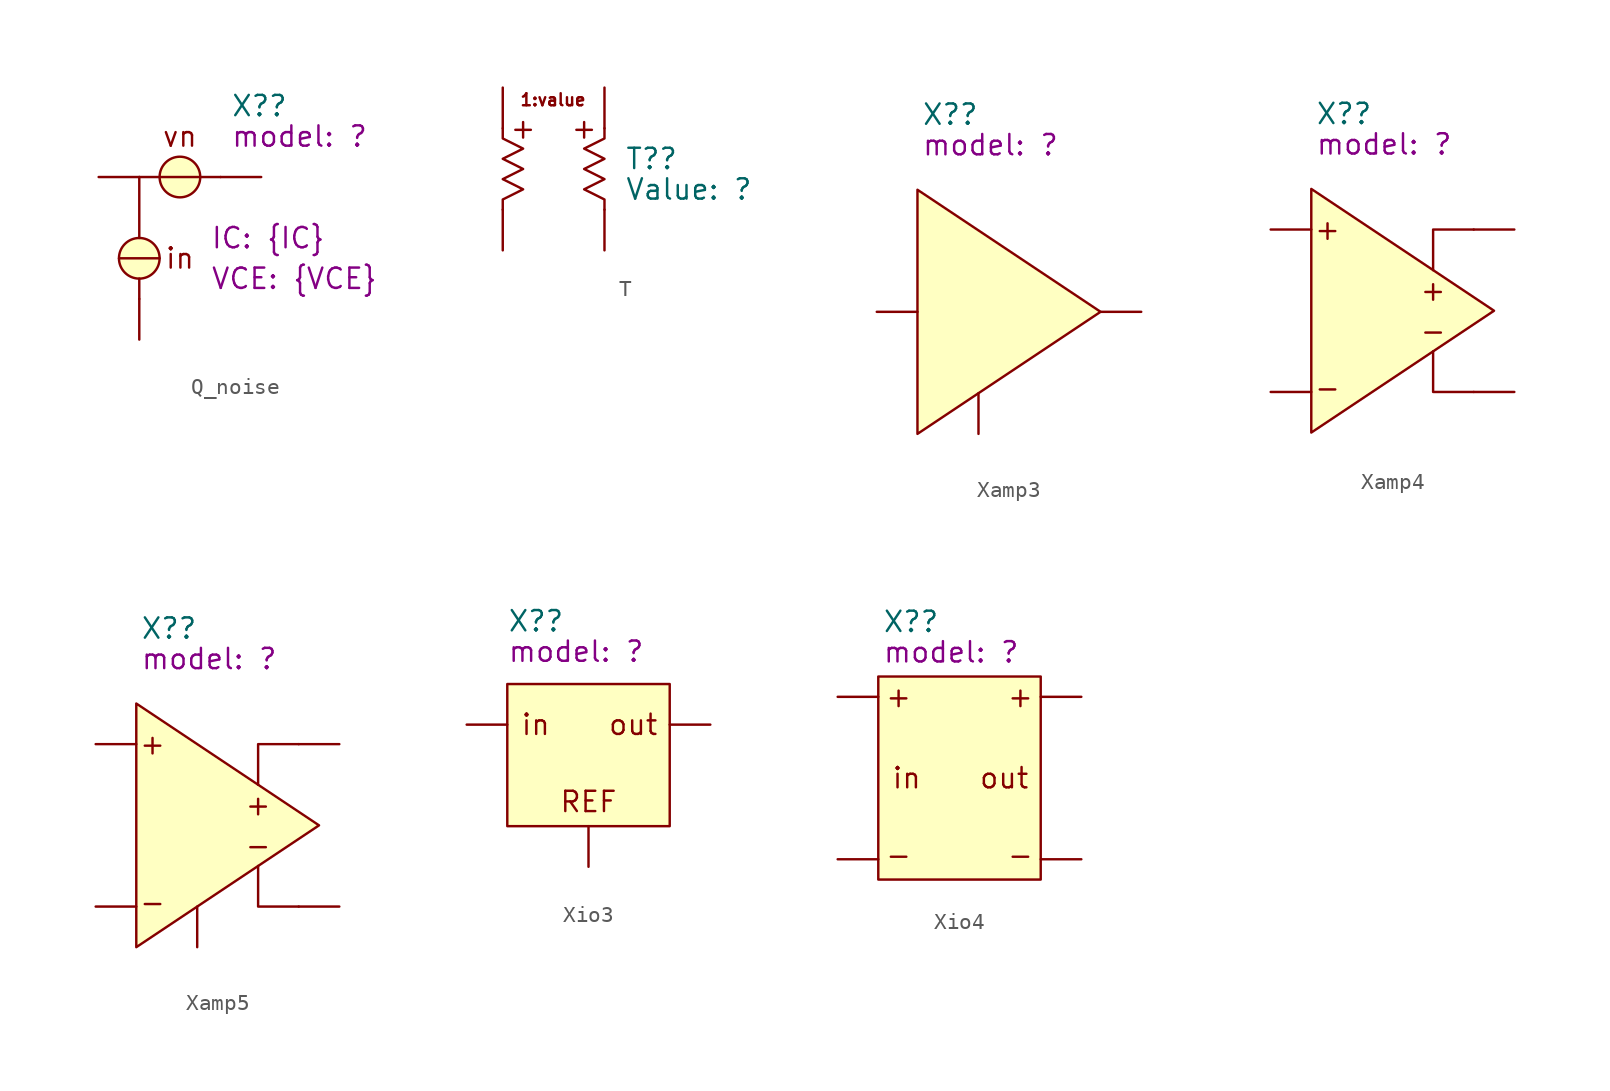
<source format=kicad_sym>
(kicad_symbol_lib
  (version 20241209)
  (generator "kicad_symbol_editor")
  (generator_version "9.0")
  (symbol "Q_noise"
    (pin_numbers
      (hide yes))
    (pin_names
      (offset 0)
      (hide yes))
    (property "Reference" "X?"
      (at 5.715 9.525 0)
      (effects (font (size 1.27 1.27)) (justify left)))
    (property "IC" "{IC}"
      (at 4.445 1.27 0)
      (show_name)
      (effects (font (size 1.27 1.27)) (justify left)))
    (property "VCE" "{VCE}"
      (at 4.445 -1.27 0)
      (show_name)
      (effects (font (size 1.27 1.27)) (justify left)))
    (property "model" "?"
      (at 5.715 7.62 0)
      (show_name)
      (effects (font (size 1.27 1.27)) (justify left)))
    (symbol "Q_noise_0_0"
      (polyline (pts (xy 0 5.08) (xy 0 1.27)) (stroke (width 0) (type default)) (fill (type none)))
      (polyline (pts (xy 0 5.08) (xy 5.08 5.08)) (stroke (width 0) (type default)) (fill (type none)))
      (polyline (pts (xy 0 -1.27) (xy 0 -2.54)) (stroke (width 0) (type default)) (fill (type none))))
    (symbol "Q_noise_0_1"
      (polyline (pts (xy -1.27 0) (xy 1.27 0)) (stroke (width 0) (type default)) (fill (type none))))
    (symbol "Q_noise_1_0"
      (pin bidirectional line (at 7.62 5.08 180) (length 2.54) (name "int" (effects (font (size 1.27 1.27)))) (number "3" (effects (font (size 1.27 1.27))))))
    (symbol "Q_noise_1_1"
      (circle (center 0 0) (radius 1.27) (stroke (width 0) (type default)) (fill (type background)))
      (circle (center 2.54 5.08) (radius 1.27) (stroke (width 0) (type default)) (fill (type background)))
      (text "vn" (at 2.54 7.62 0) (effects (font (size 1.27 1.27))))
      (text "in" (at 2.54 0 0) (effects (font (size 1.27 1.27))))
      (pin bidirectional line (at -2.54 5.08 0) (length 2.54) (name "ext" (effects (font (size 1.27 1.27)))) (number "1" (effects (font (size 1.27 1.27)))))
      (pin bidirectional line (at 0 -5.08 90) (length 2.54) (name "comm" (effects (font (size 1.27 1.27)))) (number "2" (effects (font (size 1.27 1.27)))))))
  (symbol "T"
    (pin_numbers
      (hide yes))
    (pin_names
      (offset 0)
      (hide yes))
    (property "Reference" "T?"
      (at 1.27 0.635 0)
      (effects (font (size 1.27 1.27)) (justify left)))
    (property "Value" "?"
      (at 1.27 -1.27 0)
      (show_name)
      (effects (font (size 1.27 1.27)) (justify left)))
    (symbol "T_0_0"
      (polyline (pts (xy -6.35 2.54) (xy -6.35 1.905) (xy -5.08 1.27) (xy -6.35 0.635) (xy -5.08 0) (xy -6.35 -0.635) (xy -5.08 -1.27) (xy -6.35 -1.905) (xy -6.35 -2.54)) (stroke (width 0) (type default)) (fill (type none)))
      (polyline (pts (xy 0 2.54) (xy 0 1.905) (xy -1.27 1.27) (xy 0 0.635) (xy -1.27 0) (xy 0 -0.635) (xy -1.27 -1.27) (xy 0 -1.905) (xy 0 -2.54)) (stroke (width 0) (type default)) (fill (type none))))
    (symbol "T_1_0"
      (text "1:value" (at -5.334 4.318 0) (effects (font (size 0.75 0.75)) (justify left)))
      (text "+" (at -5.08 2.54 0) (effects (font (size 1.27 1.27))))
      (text "+" (at -1.27 2.54 0) (effects (font (size 1.27 1.27))))
      (pin bidirectional line (at 0 5.08 270) (length 2.54) (name "outP" (effects (font (size 1.27 1.27)))) (number "1" (effects (font (size 1.27 1.27)))))
      (pin bidirectional line (at 0 -5.08 90) (length 2.54) (name "outN" (effects (font (size 1.27 1.27)))) (number "2" (effects (font (size 1.27 1.27))))))
    (symbol "T_1_1"
      (pin bidirectional line (at -6.35 5.08 270) (length 2.54) (name "inp" (effects (font (size 1.27 1.27)))) (number "3" (effects (font (size 1.27 1.27)))))
      (pin bidirectional line (at -6.35 -5.08 90) (length 2.54) (name "inN" (effects (font (size 1.27 1.27)))) (number "4" (effects (font (size 1.27 1.27)))))))
  (symbol "Xamp3"
    (pin_numbers
      (hide yes))
    (pin_names
      (offset 0)
      (hide yes))
    (property "Reference" "X?"
      (at -4.826 12.319 0)
      (effects (font (size 1.27 1.27)) (justify left)))
    (property "model" "?"
      (at -4.826 10.414 0)
      (show_name)
      (effects (font (size 1.27 1.27)) (justify left)))
    (symbol "Xamp3_1_0"
      (pin power_out line (at -1.27 -7.62 90) (length 2.54) (name "REF" (effects (font (size 1.27 1.27)))) (number "3" (effects (font (size 1.27 1.27)))))
      (pin power_out line (at 8.89 0 180) (length 2.54) (name "out" (effects (font (size 1.27 1.27)))) (number "2" (effects (font (size 1.27 1.27))))))
    (symbol "Xamp3_1_1"
      (polyline (pts (xy 6.35 0) (xy -5.08 7.62) (xy -5.08 -7.62) (xy 6.35 0)) (stroke (width 0) (type default)) (fill (type background)))
      (pin input line (at -7.62 0 0) (length 2.54) (name "in" (effects (font (size 1.27 1.27)))) (number "1" (effects (font (size 1.27 1.27)))))))
  (symbol "Xamp4"
    (pin_numbers
      (hide yes))
    (pin_names
      (offset 0)
      (hide yes))
    (property "Reference" "X?"
      (at -4.826 12.319 0)
      (effects (font (size 1.27 1.27)) (justify left)))
    (property "model" "?"
      (at -4.826 10.414 0)
      (show_name)
      (effects (font (size 1.27 1.27)) (justify left)))
    (symbol "Xamp4_0_1"
      (polyline (pts (xy 5.08 5.08) (xy 2.54 5.08) (xy 2.54 2.54)) (stroke (width 0) (type default)) (fill (type none)))
      (polyline (pts (xy 5.08 -5.08) (xy 2.54 -5.08) (xy 2.54 -2.54)) (stroke (width 0) (type default)) (fill (type none))))
    (symbol "Xamp4_1_0"
      (pin power_out line (at 7.62 5.08 180) (length 2.54) (name "outP" (effects (font (size 1.27 1.27)))) (number "3" (effects (font (size 1.27 1.27)))))
      (pin power_out line (at 7.62 -5.08 180) (length 2.54) (name "outN" (effects (font (size 1.27 1.27)))) (number "4" (effects (font (size 1.27 1.27))))))
    (symbol "Xamp4_1_1"
      (polyline (pts (xy 6.35 0) (xy -5.08 7.62) (xy -5.08 -7.62) (xy 6.35 0)) (stroke (width 0) (type default)) (fill (type background)))
      (text "+" (at -4.064 5.08 0) (effects (font (size 1.27 1.27))))
      (text "-" (at -4.064 -4.826 0) (effects (font (size 1.27 1.27))))
      (text "+" (at 2.54 1.27 0) (effects (font (size 1.27 1.27))))
      (text "-" (at 2.54 -1.27 0) (effects (font (size 1.27 1.27))))
      (pin input line (at -7.62 5.08 0) (length 2.54) (name "inP" (effects (font (size 1.27 1.27)))) (number "1" (effects (font (size 1.27 1.27)))))
      (pin input line (at -7.62 -5.08 0) (length 2.54) (name "inN" (effects (font (size 1.27 1.27)))) (number "2" (effects (font (size 1.27 1.27)))))))
  (symbol "Xamp5"
    (pin_numbers
      (hide yes))
    (pin_names
      (offset 0)
      (hide yes))
    (property "Reference" "X?"
      (at -4.826 12.319 0)
      (effects (font (size 1.27 1.27)) (justify left)))
    (property "model" "?"
      (at -4.826 10.414 0)
      (show_name)
      (effects (font (size 1.27 1.27)) (justify left)))
    (symbol "Xamp5_0_1"
      (polyline (pts (xy 5.08 5.08) (xy 2.54 5.08) (xy 2.54 2.54)) (stroke (width 0) (type default)) (fill (type none)))
      (polyline (pts (xy 5.08 -5.08) (xy 2.54 -5.08) (xy 2.54 -2.54)) (stroke (width 0) (type default)) (fill (type none))))
    (symbol "Xamp5_1_0"
      (pin power_out line (at -1.27 -7.62 90) (length 2.54) (name "REF" (effects (font (size 1.27 1.27)))) (number "5" (effects (font (size 1.27 1.27)))))
      (pin power_out line (at 7.62 5.08 180) (length 2.54) (name "outP" (effects (font (size 1.27 1.27)))) (number "3" (effects (font (size 1.27 1.27)))))
      (pin power_out line (at 7.62 -5.08 180) (length 2.54) (name "outN" (effects (font (size 1.27 1.27)))) (number "4" (effects (font (size 1.27 1.27))))))
    (symbol "Xamp5_1_1"
      (polyline (pts (xy 6.35 0) (xy -5.08 7.62) (xy -5.08 -7.62) (xy 6.35 0)) (stroke (width 0) (type default)) (fill (type color) (color 255 255 194 1)))
      (text "+" (at -4.064 5.08 0) (effects (font (size 1.27 1.27))))
      (text "-" (at -4.064 -4.826 0) (effects (font (size 1.27 1.27))))
      (text "+" (at 2.54 1.27 0) (effects (font (size 1.27 1.27))))
      (text "-" (at 2.54 -1.27 0) (effects (font (size 1.27 1.27))))
      (pin input line (at -7.62 5.08 0) (length 2.54) (name "inP" (effects (font (size 1.27 1.27)))) (number "1" (effects (font (size 1.27 1.27)))))
      (pin input line (at -7.62 -5.08 0) (length 2.54) (name "inN" (effects (font (size 1.27 1.27)))) (number "2" (effects (font (size 1.27 1.27)))))))
  (symbol "Xio3"
    (pin_numbers
      (hide yes))
    (pin_names
      (offset 0)
      (hide yes))
    (property "Reference" "X?"
      (at -5.08 6.477 0)
      (effects (font (size 1.27 1.27)) (justify left)))
    (property "model" "?"
      (at -5.08 4.572 0)
      (show_name)
      (effects (font (size 1.27 1.27)) (justify left)))
    (symbol "Xio3_1_0"
      (pin power_out line (at 0 -8.89 90) (length 2.54) (name "REF" (effects (font (size 1.27 1.27)))) (number "3" (effects (font (size 1.27 1.27)))))
      (pin power_out line (at 7.62 0 180) (length 2.54) (name "out" (effects (font (size 1.27 1.27)))) (number "2" (effects (font (size 1.27 1.27))))))
    (symbol "Xio3_1_1"
      (rectangle (start -5.08 2.54) (end 5.08 -6.35) (stroke (width 0) (type default)) (fill (type background)))
      (text "in" (at -3.302 0 0) (effects (font (size 1.27 1.27))))
      (text "REF" (at 0 -4.826 0) (effects (font (size 1.27 1.27))))
      (text "out" (at 2.794 0 0) (effects (font (size 1.27 1.27))))
      (pin input line (at -7.62 0 0) (length 2.54) (name "in" (effects (font (size 1.27 1.27)))) (number "1" (effects (font (size 1.27 1.27)))))))
  (symbol "Xio4"
    (pin_numbers
      (hide yes))
    (pin_names
      (offset 0)
      (hide yes))
    (property "Reference" "X?"
      (at -4.826 9.779 0)
      (effects (font (size 1.27 1.27)) (justify left)))
    (property "model" "?"
      (at -4.826 7.874 0)
      (show_name)
      (effects (font (size 1.27 1.27)) (justify left)))
    (symbol "Xio4_1_0"
      (pin power_out line (at 7.62 5.08 180) (length 2.54) (name "outP" (effects (font (size 1.27 1.27)))) (number "3" (effects (font (size 1.27 1.27)))))
      (pin power_out line (at 7.62 -5.08 180) (length 2.54) (name "outN" (effects (font (size 1.27 1.27)))) (number "4" (effects (font (size 1.27 1.27))))))
    (symbol "Xio4_1_1"
      (rectangle (start -5.08 6.35) (end 5.08 -6.35) (stroke (width 0) (type default)) (fill (type background)))
      (text "+" (at -3.81 5.08 0) (effects (font (size 1.27 1.27))))
      (text "-" (at -3.81 -4.826 0) (effects (font (size 1.27 1.27))))
      (text "in" (at -3.302 0 0) (effects (font (size 1.27 1.27))))
      (text "out" (at 2.794 0 0) (effects (font (size 1.27 1.27))))
      (text "+" (at 3.81 5.08 0) (effects (font (size 1.27 1.27))))
      (text "-" (at 3.81 -4.826 0) (effects (font (size 1.27 1.27))))
      (pin input line (at -7.62 5.08 0) (length 2.54) (name "inP" (effects (font (size 1.27 1.27)))) (number "1" (effects (font (size 1.27 1.27)))))
      (pin input line (at -7.62 -5.08 0) (length 2.54) (name "inN" (effects (font (size 1.27 1.27)))) (number "2" (effects (font (size 1.27 1.27))))))))
</source>
